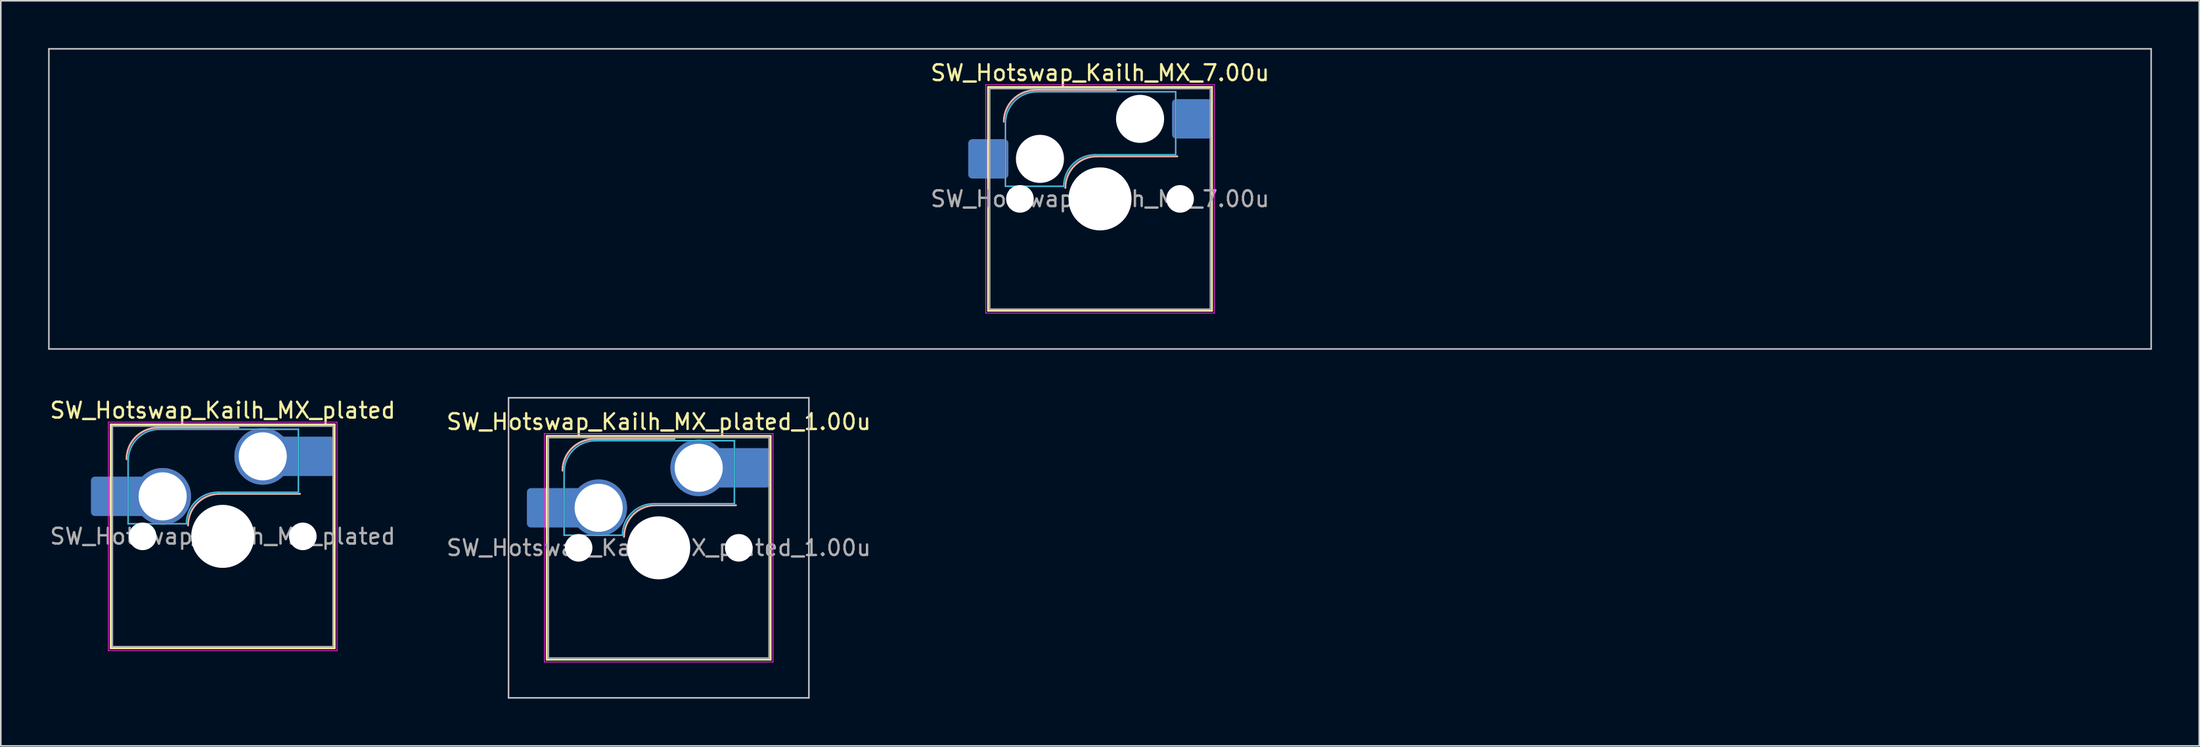
<source format=kicad_pcb>
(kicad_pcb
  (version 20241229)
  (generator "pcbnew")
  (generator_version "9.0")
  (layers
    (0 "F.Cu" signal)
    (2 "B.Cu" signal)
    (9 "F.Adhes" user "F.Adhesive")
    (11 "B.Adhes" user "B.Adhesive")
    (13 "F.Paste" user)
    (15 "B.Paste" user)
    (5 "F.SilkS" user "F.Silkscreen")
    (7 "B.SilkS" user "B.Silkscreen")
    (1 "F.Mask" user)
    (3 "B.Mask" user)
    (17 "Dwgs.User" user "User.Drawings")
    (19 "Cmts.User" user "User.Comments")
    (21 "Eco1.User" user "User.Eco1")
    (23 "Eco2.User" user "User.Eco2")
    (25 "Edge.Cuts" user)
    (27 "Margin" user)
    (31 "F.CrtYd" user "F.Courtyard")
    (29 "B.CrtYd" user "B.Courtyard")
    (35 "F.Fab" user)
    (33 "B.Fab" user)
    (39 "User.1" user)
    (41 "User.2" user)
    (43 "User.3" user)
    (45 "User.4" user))
  (footprint "SW_Hotswap_Kailh_MX_7.00u"
    (layer "F.Cu")
    (at 66.725 9.575)
    (property "Reference" "SW_Hotswap_Kailh_MX_7.00u" (at 0 -8 0) (layer "F.SilkS") (effects (font (size 1 1) (thickness 0.15))))
    (attr smd)
    (fp_line (start -7.1 -7.1) (end -7.1 7.1) (stroke (width 0.12) (type solid)) (layer "F.SilkS"))
    (fp_line (start -7.1 7.1) (end 7.1 7.1) (stroke (width 0.12) (type solid)) (layer "F.SilkS"))
    (fp_line (start 7.1 -7.1) (end -7.1 -7.1) (stroke (width 0.12) (type solid)) (layer "F.SilkS"))
    (fp_line (start 7.1 7.1) (end 7.1 -7.1) (stroke (width 0.12) (type solid)) (layer "F.SilkS"))
    (fp_line (start -4.1 -6.9) (end 1 -6.9) (stroke (width 0.12) (type solid)) (layer "B.SilkS"))
    (fp_line (start -0.2 -2.7) (end 4.9 -2.7) (stroke (width 0.12) (type solid)) (layer "B.SilkS"))
    (fp_arc (start -6.1 -4.9) (mid -5.514214 -6.314214) (end -4.1 -6.9) (stroke (width 0.12) (type solid)) (layer "B.SilkS"))
    (fp_arc (start -2.2 -0.7) (mid -1.614214 -2.114214) (end -0.2 -2.7) (stroke (width 0.12) (type solid)) (layer "B.SilkS"))
    (fp_line (start -66.675 -9.525) (end -66.675 9.525) (stroke (width 0.1) (type solid)) (layer "Dwgs.User"))
    (fp_line (start -66.675 9.525) (end 66.675 9.525) (stroke (width 0.1) (type solid)) (layer "Dwgs.User"))
    (fp_line (start 66.675 -9.525) (end -66.675 -9.525) (stroke (width 0.1) (type solid)) (layer "Dwgs.User"))
    (fp_line (start 66.675 9.525) (end 66.675 -9.525) (stroke (width 0.1) (type solid)) (layer "Dwgs.User"))
    (fp_line (start -7.8 -6) (end -7 -6) (stroke (width 0.1) (type solid)) (layer "Eco1.User"))
    (fp_line (start -7.8 -2.9) (end -7.8 -6) (stroke (width 0.1) (type solid)) (layer "Eco1.User"))
    (fp_line (start -7.8 2.9) (end -7 2.9) (stroke (width 0.1) (type solid)) (layer "Eco1.User"))
    (fp_line (start -7.8 6) (end -7.8 2.9) (stroke (width 0.1) (type solid)) (layer "Eco1.User"))
    (fp_line (start -7 -7) (end 7 -7) (stroke (width 0.1) (type solid)) (layer "Eco1.User"))
    (fp_line (start -7 -6) (end -7 -7) (stroke (width 0.1) (type solid)) (layer "Eco1.User"))
    (fp_line (start -7 -2.9) (end -7.8 -2.9) (stroke (width 0.1) (type solid)) (layer "Eco1.User"))
    (fp_line (start -7 2.9) (end -7 -2.9) (stroke (width 0.1) (type solid)) (layer "Eco1.User"))
    (fp_line (start -7 6) (end -7.8 6) (stroke (width 0.1) (type solid)) (layer "Eco1.User"))
    (fp_line (start -7 7) (end -7 6) (stroke (width 0.1) (type solid)) (layer "Eco1.User"))
    (fp_line (start 7 -7) (end 7 -6) (stroke (width 0.1) (type solid)) (layer "Eco1.User"))
    (fp_line (start 7 -6) (end 7.8 -6) (stroke (width 0.1) (type solid)) (layer "Eco1.User"))
    (fp_line (start 7 -2.9) (end 7 2.9) (stroke (width 0.1) (type solid)) (layer "Eco1.User"))
    (fp_line (start 7 2.9) (end 7.8 2.9) (stroke (width 0.1) (type solid)) (layer "Eco1.User"))
    (fp_line (start 7 6) (end 7 7) (stroke (width 0.1) (type solid)) (layer "Eco1.User"))
    (fp_line (start 7 7) (end -7 7) (stroke (width 0.1) (type solid)) (layer "Eco1.User"))
    (fp_line (start 7.8 -6) (end 7.8 -2.9) (stroke (width 0.1) (type solid)) (layer "Eco1.User"))
    (fp_line (start 7.8 -2.9) (end 7 -2.9) (stroke (width 0.1) (type solid)) (layer "Eco1.User"))
    (fp_line (start 7.8 2.9) (end 7.8 6) (stroke (width 0.1) (type solid)) (layer "Eco1.User"))
    (fp_line (start 7.8 6) (end 7 6) (stroke (width 0.1) (type solid)) (layer "Eco1.User"))
    (fp_line (start -6 -0.8) (end -6 -4.8) (stroke (width 0.05) (type solid)) (layer "B.CrtYd"))
    (fp_line (start -6 -0.8) (end -2.3 -0.8) (stroke (width 0.05) (type solid)) (layer "B.CrtYd"))
    (fp_line (start -4 -6.8) (end 4.8 -6.8) (stroke (width 0.05) (type solid)) (layer "B.CrtYd"))
    (fp_line (start -0.3 -2.8) (end 4.8 -2.8) (stroke (width 0.05) (type solid)) (layer "B.CrtYd"))
    (fp_line (start 4.8 -6.8) (end 4.8 -2.8) (stroke (width 0.05) (type solid)) (layer "B.CrtYd"))
    (fp_arc (start -6 -4.8) (mid -5.414214 -6.214214) (end -4 -6.8) (stroke (width 0.05) (type solid)) (layer "B.CrtYd"))
    (fp_arc (start -2.3 -0.8) (mid -1.714214 -2.214214) (end -0.3 -2.8) (stroke (width 0.05) (type solid)) (layer "B.CrtYd"))
    (fp_line (start -7.25 -7.25) (end -7.25 7.25) (stroke (width 0.05) (type solid)) (layer "F.CrtYd"))
    (fp_line (start -7.25 7.25) (end 7.25 7.25) (stroke (width 0.05) (type solid)) (layer "F.CrtYd"))
    (fp_line (start 7.25 -7.25) (end -7.25 -7.25) (stroke (width 0.05) (type solid)) (layer "F.CrtYd"))
    (fp_line (start 7.25 7.25) (end 7.25 -7.25) (stroke (width 0.05) (type solid)) (layer "F.CrtYd"))
    (fp_line (start -6 -0.8) (end -6 -4.8) (stroke (width 0.12) (type solid)) (layer "B.Fab"))
    (fp_line (start -6 -0.8) (end -2.3 -0.8) (stroke (width 0.12) (type solid)) (layer "B.Fab"))
    (fp_line (start -4 -6.8) (end 4.8 -6.8) (stroke (width 0.12) (type solid)) (layer "B.Fab"))
    (fp_line (start -0.3 -2.8) (end 4.8 -2.8) (stroke (width 0.12) (type solid)) (layer "B.Fab"))
    (fp_line (start 4.8 -6.8) (end 4.8 -2.8) (stroke (width 0.12) (type solid)) (layer "B.Fab"))
    (fp_arc (start -6 -4.8) (mid -5.414214 -6.214214) (end -4 -6.8) (stroke (width 0.12) (type solid)) (layer "B.Fab"))
    (fp_arc (start -2.3 -0.8) (mid -1.714214 -2.214214) (end -0.3 -2.8) (stroke (width 0.12) (type solid)) (layer "B.Fab"))
    (fp_line (start -7 -7) (end -7 7) (stroke (width 0.1) (type solid)) (layer "F.Fab"))
    (fp_line (start -7 7) (end 7 7) (stroke (width 0.1) (type solid)) (layer "F.Fab"))
    (fp_line (start 7 -7) (end -7 -7) (stroke (width 0.1) (type solid)) (layer "F.Fab"))
    (fp_line (start 7 7) (end 7 -7) (stroke (width 0.1) (type solid)) (layer "F.Fab"))
    (fp_text user "${REFERENCE}" (at 0 0 0) (layer "F.Fab") (effects (font (size 1 1) (thickness 0.15))))
    (pad "" np_thru_hole circle (at -5.08 0) (size 1.75 1.75) (drill 1.75) (layers "*.Cu" "*.Mask"))
    (pad "" np_thru_hole circle (at -3.81 -2.54) (size 3.05 3.05) (drill 3.05) (layers "*.Cu" "*.Mask"))
    (pad "" np_thru_hole circle (at 0 0) (size 4 4) (drill 4) (layers "*.Cu" "*.Mask"))
    (pad "" np_thru_hole circle (at 2.54 -5.08) (size 3.05 3.05) (drill 3.05) (layers "*.Cu" "*.Mask"))
    (pad "" np_thru_hole circle (at 5.08 0) (size 1.75 1.75) (drill 1.75) (layers "*.Cu" "*.Mask"))
    (pad "1" smd roundrect (at -7.085 -2.54) (size 2.55 2.5) (layers "B.Cu" "B.Mask" "B.Paste") (roundrect_rratio 0.1))
    (pad "2" smd roundrect (at 5.842 -5.08) (size 2.55 2.5) (layers "B.Cu" "B.Mask" "B.Paste") (roundrect_rratio 0.1)))
  (footprint "SW_Hotswap_Kailh_MX_plated"
    (layer "F.Cu")
    (at 11.077 30.998)
    (property "Reference" "SW_Hotswap_Kailh_MX_plated" (at 0 -8 0) (layer "F.SilkS") (effects (font (size 1 1) (thickness 0.15))))
    (attr smd)
    (fp_line (start -7.1 -7.1) (end -7.1 7.1) (stroke (width 0.12) (type solid)) (layer "F.SilkS"))
    (fp_line (start -7.1 7.1) (end 7.1 7.1) (stroke (width 0.12) (type solid)) (layer "F.SilkS"))
    (fp_line (start 7.1 -7.1) (end -7.1 -7.1) (stroke (width 0.12) (type solid)) (layer "F.SilkS"))
    (fp_line (start 7.1 7.1) (end 7.1 -7.1) (stroke (width 0.12) (type solid)) (layer "F.SilkS"))
    (fp_line (start -4.1 -6.9) (end 1 -6.9) (stroke (width 0.12) (type solid)) (layer "B.SilkS"))
    (fp_line (start -0.2 -2.7) (end 4.9 -2.7) (stroke (width 0.12) (type solid)) (layer "B.SilkS"))
    (fp_arc (start -6.1 -4.9) (mid -5.514214 -6.314214) (end -4.1 -6.9) (stroke (width 0.12) (type solid)) (layer "B.SilkS"))
    (fp_arc (start -2.2 -0.7) (mid -1.614214 -2.114214) (end -0.2 -2.7) (stroke (width 0.12) (type solid)) (layer "B.SilkS"))
    (fp_line (start -7.8 -6) (end -7 -6) (stroke (width 0.1) (type solid)) (layer "Eco1.User"))
    (fp_line (start -7.8 -2.9) (end -7.8 -6) (stroke (width 0.1) (type solid)) (layer "Eco1.User"))
    (fp_line (start -7.8 2.9) (end -7 2.9) (stroke (width 0.1) (type solid)) (layer "Eco1.User"))
    (fp_line (start -7.8 6) (end -7.8 2.9) (stroke (width 0.1) (type solid)) (layer "Eco1.User"))
    (fp_line (start -7 -7) (end 7 -7) (stroke (width 0.1) (type solid)) (layer "Eco1.User"))
    (fp_line (start -7 -6) (end -7 -7) (stroke (width 0.1) (type solid)) (layer "Eco1.User"))
    (fp_line (start -7 -2.9) (end -7.8 -2.9) (stroke (width 0.1) (type solid)) (layer "Eco1.User"))
    (fp_line (start -7 2.9) (end -7 -2.9) (stroke (width 0.1) (type solid)) (layer "Eco1.User"))
    (fp_line (start -7 6) (end -7.8 6) (stroke (width 0.1) (type solid)) (layer "Eco1.User"))
    (fp_line (start -7 7) (end -7 6) (stroke (width 0.1) (type solid)) (layer "Eco1.User"))
    (fp_line (start 7 -7) (end 7 -6) (stroke (width 0.1) (type solid)) (layer "Eco1.User"))
    (fp_line (start 7 -6) (end 7.8 -6) (stroke (width 0.1) (type solid)) (layer "Eco1.User"))
    (fp_line (start 7 -2.9) (end 7 2.9) (stroke (width 0.1) (type solid)) (layer "Eco1.User"))
    (fp_line (start 7 2.9) (end 7.8 2.9) (stroke (width 0.1) (type solid)) (layer "Eco1.User"))
    (fp_line (start 7 6) (end 7 7) (stroke (width 0.1) (type solid)) (layer "Eco1.User"))
    (fp_line (start 7 7) (end -7 7) (stroke (width 0.1) (type solid)) (layer "Eco1.User"))
    (fp_line (start 7.8 -6) (end 7.8 -2.9) (stroke (width 0.1) (type solid)) (layer "Eco1.User"))
    (fp_line (start 7.8 -2.9) (end 7 -2.9) (stroke (width 0.1) (type solid)) (layer "Eco1.User"))
    (fp_line (start 7.8 2.9) (end 7.8 6) (stroke (width 0.1) (type solid)) (layer "Eco1.User"))
    (fp_line (start 7.8 6) (end 7 6) (stroke (width 0.1) (type solid)) (layer "Eco1.User"))
    (fp_line (start -6 -0.8) (end -6 -4.8) (stroke (width 0.05) (type solid)) (layer "B.CrtYd"))
    (fp_line (start -6 -0.8) (end -2.3 -0.8) (stroke (width 0.05) (type solid)) (layer "B.CrtYd"))
    (fp_line (start -4 -6.8) (end 4.8 -6.8) (stroke (width 0.05) (type solid)) (layer "B.CrtYd"))
    (fp_line (start -0.3 -2.8) (end 4.8 -2.8) (stroke (width 0.05) (type solid)) (layer "B.CrtYd"))
    (fp_line (start 4.8 -6.8) (end 4.8 -2.8) (stroke (width 0.05) (type solid)) (layer "B.CrtYd"))
    (fp_arc (start -6 -4.8) (mid -5.414214 -6.214214) (end -4 -6.8) (stroke (width 0.05) (type solid)) (layer "B.CrtYd"))
    (fp_arc (start -2.3 -0.8) (mid -1.714214 -2.214214) (end -0.3 -2.8) (stroke (width 0.05) (type solid)) (layer "B.CrtYd"))
    (fp_line (start -7.25 -7.25) (end -7.25 7.25) (stroke (width 0.05) (type solid)) (layer "F.CrtYd"))
    (fp_line (start -7.25 7.25) (end 7.25 7.25) (stroke (width 0.05) (type solid)) (layer "F.CrtYd"))
    (fp_line (start 7.25 -7.25) (end -7.25 -7.25) (stroke (width 0.05) (type solid)) (layer "F.CrtYd"))
    (fp_line (start 7.25 7.25) (end 7.25 -7.25) (stroke (width 0.05) (type solid)) (layer "F.CrtYd"))
    (fp_line (start -6 -0.8) (end -6 -4.8) (stroke (width 0.12) (type solid)) (layer "B.Fab"))
    (fp_line (start -6 -0.8) (end -2.3 -0.8) (stroke (width 0.12) (type solid)) (layer "B.Fab"))
    (fp_line (start -4 -6.8) (end 4.8 -6.8) (stroke (width 0.12) (type solid)) (layer "B.Fab"))
    (fp_line (start -0.3 -2.8) (end 4.8 -2.8) (stroke (width 0.12) (type solid)) (layer "B.Fab"))
    (fp_line (start 4.8 -6.8) (end 4.8 -2.8) (stroke (width 0.12) (type solid)) (layer "B.Fab"))
    (fp_arc (start -6 -4.8) (mid -5.414214 -6.214214) (end -4 -6.8) (stroke (width 0.12) (type solid)) (layer "B.Fab"))
    (fp_arc (start -2.3 -0.8) (mid -1.714214 -2.214214) (end -0.3 -2.8) (stroke (width 0.12) (type solid)) (layer "B.Fab"))
    (fp_line (start -7 -7) (end -7 7) (stroke (width 0.1) (type solid)) (layer "F.Fab"))
    (fp_line (start -7 7) (end 7 7) (stroke (width 0.1) (type solid)) (layer "F.Fab"))
    (fp_line (start 7 -7) (end -7 -7) (stroke (width 0.1) (type solid)) (layer "F.Fab"))
    (fp_line (start 7 7) (end 7 -7) (stroke (width 0.1) (type solid)) (layer "F.Fab"))
    (fp_text user "${REFERENCE}" (at 0 0 0) (layer "F.Fab") (effects (font (size 1 1) (thickness 0.15))))
    (pad "" smd roundrect (at -7.085 -2.54) (size 2.55 2.5) (layers "B.Mask" "B.Paste") (roundrect_rratio 0.1))
    (pad "" np_thru_hole circle (at -5.08 0) (size 1.75 1.75) (drill 1.75) (layers "*.Cu" "*.Mask"))
    (pad "" np_thru_hole circle (at 0 0) (size 4 4) (drill 4) (layers "*.Cu" "*.Mask"))
    (pad "" np_thru_hole circle (at 5.08 0) (size 1.75 1.75) (drill 1.75) (layers "*.Cu" "*.Mask"))
    (pad "" smd roundrect (at 5.842 -5.08) (size 2.55 2.5) (layers "B.Mask" "B.Paste") (roundrect_rratio 0.1))
    (pad "1" smd roundrect (at -6.585 -2.54) (size 3.55 2.5) (layers "B.Cu") (roundrect_rratio 0.1))
    (pad "1" thru_hole circle (at -3.81 -2.54) (size 3.6 3.6) (drill 3.05) (layers "*.Cu" "B.Mask"))
    (pad "2" thru_hole circle (at 2.54 -5.08) (size 3.6 3.6) (drill 3.05) (layers "*.Cu" "B.Mask"))
    (pad "2" smd roundrect (at 5.32 -5.08) (size 3.55 2.5) (layers "B.Cu") (roundrect_rratio 0.1)))
  (footprint "SW_Hotswap_Kailh_MX_plated_1.00u"
    (layer "F.Cu")
    (at 38.732 31.725)
    (property "Reference" "SW_Hotswap_Kailh_MX_plated_1.00u" (at 0 -8 0) (layer "F.SilkS") (effects (font (size 1 1) (thickness 0.15))))
    (attr smd)
    (fp_line (start -7.1 -7.1) (end -7.1 7.1) (stroke (width 0.12) (type solid)) (layer "F.SilkS"))
    (fp_line (start -7.1 7.1) (end 7.1 7.1) (stroke (width 0.12) (type solid)) (layer "F.SilkS"))
    (fp_line (start 7.1 -7.1) (end -7.1 -7.1) (stroke (width 0.12) (type solid)) (layer "F.SilkS"))
    (fp_line (start 7.1 7.1) (end 7.1 -7.1) (stroke (width 0.12) (type solid)) (layer "F.SilkS"))
    (fp_line (start -4.1 -6.9) (end 1 -6.9) (stroke (width 0.12) (type solid)) (layer "B.SilkS"))
    (fp_line (start -0.2 -2.7) (end 4.9 -2.7) (stroke (width 0.12) (type solid)) (layer "B.SilkS"))
    (fp_arc (start -6.1 -4.9) (mid -5.514214 -6.314214) (end -4.1 -6.9) (stroke (width 0.12) (type solid)) (layer "B.SilkS"))
    (fp_arc (start -2.2 -0.7) (mid -1.614214 -2.114214) (end -0.2 -2.7) (stroke (width 0.12) (type solid)) (layer "B.SilkS"))
    (fp_line (start -9.525 -9.525) (end -9.525 9.525) (stroke (width 0.1) (type solid)) (layer "Dwgs.User"))
    (fp_line (start -9.525 9.525) (end 9.525 9.525) (stroke (width 0.1) (type solid)) (layer "Dwgs.User"))
    (fp_line (start 9.525 -9.525) (end -9.525 -9.525) (stroke (width 0.1) (type solid)) (layer "Dwgs.User"))
    (fp_line (start 9.525 9.525) (end 9.525 -9.525) (stroke (width 0.1) (type solid)) (layer "Dwgs.User"))
    (fp_line (start -7.8 -6) (end -7 -6) (stroke (width 0.1) (type solid)) (layer "Eco1.User"))
    (fp_line (start -7.8 -2.9) (end -7.8 -6) (stroke (width 0.1) (type solid)) (layer "Eco1.User"))
    (fp_line (start -7.8 2.9) (end -7 2.9) (stroke (width 0.1) (type solid)) (layer "Eco1.User"))
    (fp_line (start -7.8 6) (end -7.8 2.9) (stroke (width 0.1) (type solid)) (layer "Eco1.User"))
    (fp_line (start -7 -7) (end 7 -7) (stroke (width 0.1) (type solid)) (layer "Eco1.User"))
    (fp_line (start -7 -6) (end -7 -7) (stroke (width 0.1) (type solid)) (layer "Eco1.User"))
    (fp_line (start -7 -2.9) (end -7.8 -2.9) (stroke (width 0.1) (type solid)) (layer "Eco1.User"))
    (fp_line (start -7 2.9) (end -7 -2.9) (stroke (width 0.1) (type solid)) (layer "Eco1.User"))
    (fp_line (start -7 6) (end -7.8 6) (stroke (width 0.1) (type solid)) (layer "Eco1.User"))
    (fp_line (start -7 7) (end -7 6) (stroke (width 0.1) (type solid)) (layer "Eco1.User"))
    (fp_line (start 7 -7) (end 7 -6) (stroke (width 0.1) (type solid)) (layer "Eco1.User"))
    (fp_line (start 7 -6) (end 7.8 -6) (stroke (width 0.1) (type solid)) (layer "Eco1.User"))
    (fp_line (start 7 -2.9) (end 7 2.9) (stroke (width 0.1) (type solid)) (layer "Eco1.User"))
    (fp_line (start 7 2.9) (end 7.8 2.9) (stroke (width 0.1) (type solid)) (layer "Eco1.User"))
    (fp_line (start 7 6) (end 7 7) (stroke (width 0.1) (type solid)) (layer "Eco1.User"))
    (fp_line (start 7 7) (end -7 7) (stroke (width 0.1) (type solid)) (layer "Eco1.User"))
    (fp_line (start 7.8 -6) (end 7.8 -2.9) (stroke (width 0.1) (type solid)) (layer "Eco1.User"))
    (fp_line (start 7.8 -2.9) (end 7 -2.9) (stroke (width 0.1) (type solid)) (layer "Eco1.User"))
    (fp_line (start 7.8 2.9) (end 7.8 6) (stroke (width 0.1) (type solid)) (layer "Eco1.User"))
    (fp_line (start 7.8 6) (end 7 6) (stroke (width 0.1) (type solid)) (layer "Eco1.User"))
    (fp_line (start -6 -0.8) (end -6 -4.8) (stroke (width 0.05) (type solid)) (layer "B.CrtYd"))
    (fp_line (start -6 -0.8) (end -2.3 -0.8) (stroke (width 0.05) (type solid)) (layer "B.CrtYd"))
    (fp_line (start -4 -6.8) (end 4.8 -6.8) (stroke (width 0.05) (type solid)) (layer "B.CrtYd"))
    (fp_line (start -0.3 -2.8) (end 4.8 -2.8) (stroke (width 0.05) (type solid)) (layer "B.CrtYd"))
    (fp_line (start 4.8 -6.8) (end 4.8 -2.8) (stroke (width 0.05) (type solid)) (layer "B.CrtYd"))
    (fp_arc (start -6 -4.8) (mid -5.414214 -6.214214) (end -4 -6.8) (stroke (width 0.05) (type solid)) (layer "B.CrtYd"))
    (fp_arc (start -2.3 -0.8) (mid -1.714214 -2.214214) (end -0.3 -2.8) (stroke (width 0.05) (type solid)) (layer "B.CrtYd"))
    (fp_line (start -7.25 -7.25) (end -7.25 7.25) (stroke (width 0.05) (type solid)) (layer "F.CrtYd"))
    (fp_line (start -7.25 7.25) (end 7.25 7.25) (stroke (width 0.05) (type solid)) (layer "F.CrtYd"))
    (fp_line (start 7.25 -7.25) (end -7.25 -7.25) (stroke (width 0.05) (type solid)) (layer "F.CrtYd"))
    (fp_line (start 7.25 7.25) (end 7.25 -7.25) (stroke (width 0.05) (type solid)) (layer "F.CrtYd"))
    (fp_line (start -6 -0.8) (end -6 -4.8) (stroke (width 0.12) (type solid)) (layer "B.Fab"))
    (fp_line (start -6 -0.8) (end -2.3 -0.8) (stroke (width 0.12) (type solid)) (layer "B.Fab"))
    (fp_line (start -4 -6.8) (end 4.8 -6.8) (stroke (width 0.12) (type solid)) (layer "B.Fab"))
    (fp_line (start -0.3 -2.8) (end 4.8 -2.8) (stroke (width 0.12) (type solid)) (layer "B.Fab"))
    (fp_line (start 4.8 -6.8) (end 4.8 -2.8) (stroke (width 0.12) (type solid)) (layer "B.Fab"))
    (fp_arc (start -6 -4.8) (mid -5.414214 -6.214214) (end -4 -6.8) (stroke (width 0.12) (type solid)) (layer "B.Fab"))
    (fp_arc (start -2.3 -0.8) (mid -1.714214 -2.214214) (end -0.3 -2.8) (stroke (width 0.12) (type solid)) (layer "B.Fab"))
    (fp_line (start -7 -7) (end -7 7) (stroke (width 0.1) (type solid)) (layer "F.Fab"))
    (fp_line (start -7 7) (end 7 7) (stroke (width 0.1) (type solid)) (layer "F.Fab"))
    (fp_line (start 7 -7) (end -7 -7) (stroke (width 0.1) (type solid)) (layer "F.Fab"))
    (fp_line (start 7 7) (end 7 -7) (stroke (width 0.1) (type solid)) (layer "F.Fab"))
    (fp_text user "${REFERENCE}" (at 0 0 0) (layer "F.Fab") (effects (font (size 1 1) (thickness 0.15))))
    (pad "" smd roundrect (at -7.085 -2.54) (size 2.55 2.5) (layers "B.Mask" "B.Paste") (roundrect_rratio 0.1))
    (pad "" np_thru_hole circle (at -5.08 0) (size 1.75 1.75) (drill 1.75) (layers "*.Cu" "*.Mask"))
    (pad "" np_thru_hole circle (at 0 0) (size 4 4) (drill 4) (layers "*.Cu" "*.Mask"))
    (pad "" np_thru_hole circle (at 5.08 0) (size 1.75 1.75) (drill 1.75) (layers "*.Cu" "*.Mask"))
    (pad "" smd roundrect (at 5.842 -5.08) (size 2.55 2.5) (layers "B.Mask" "B.Paste") (roundrect_rratio 0.1))
    (pad "1" smd roundrect (at -6.585 -2.54) (size 3.55 2.5) (layers "B.Cu") (roundrect_rratio 0.1))
    (pad "1" thru_hole circle (at -3.81 -2.54) (size 3.6 3.6) (drill 3.05) (layers "*.Cu" "B.Mask"))
    (pad "2" thru_hole circle (at 2.54 -5.08) (size 3.6 3.6) (drill 3.05) (layers "*.Cu" "B.Mask"))
    (pad "2" smd roundrect (at 5.32 -5.08) (size 3.55 2.5) (layers "B.Cu") (roundrect_rratio 0.1)))
  (gr_rect
    (start -3 -3)
    (end 136.45 44.3)
    (stroke (width 0.1) (type default))
    (fill no)
    (layer "Edge.Cuts")))
</source>
